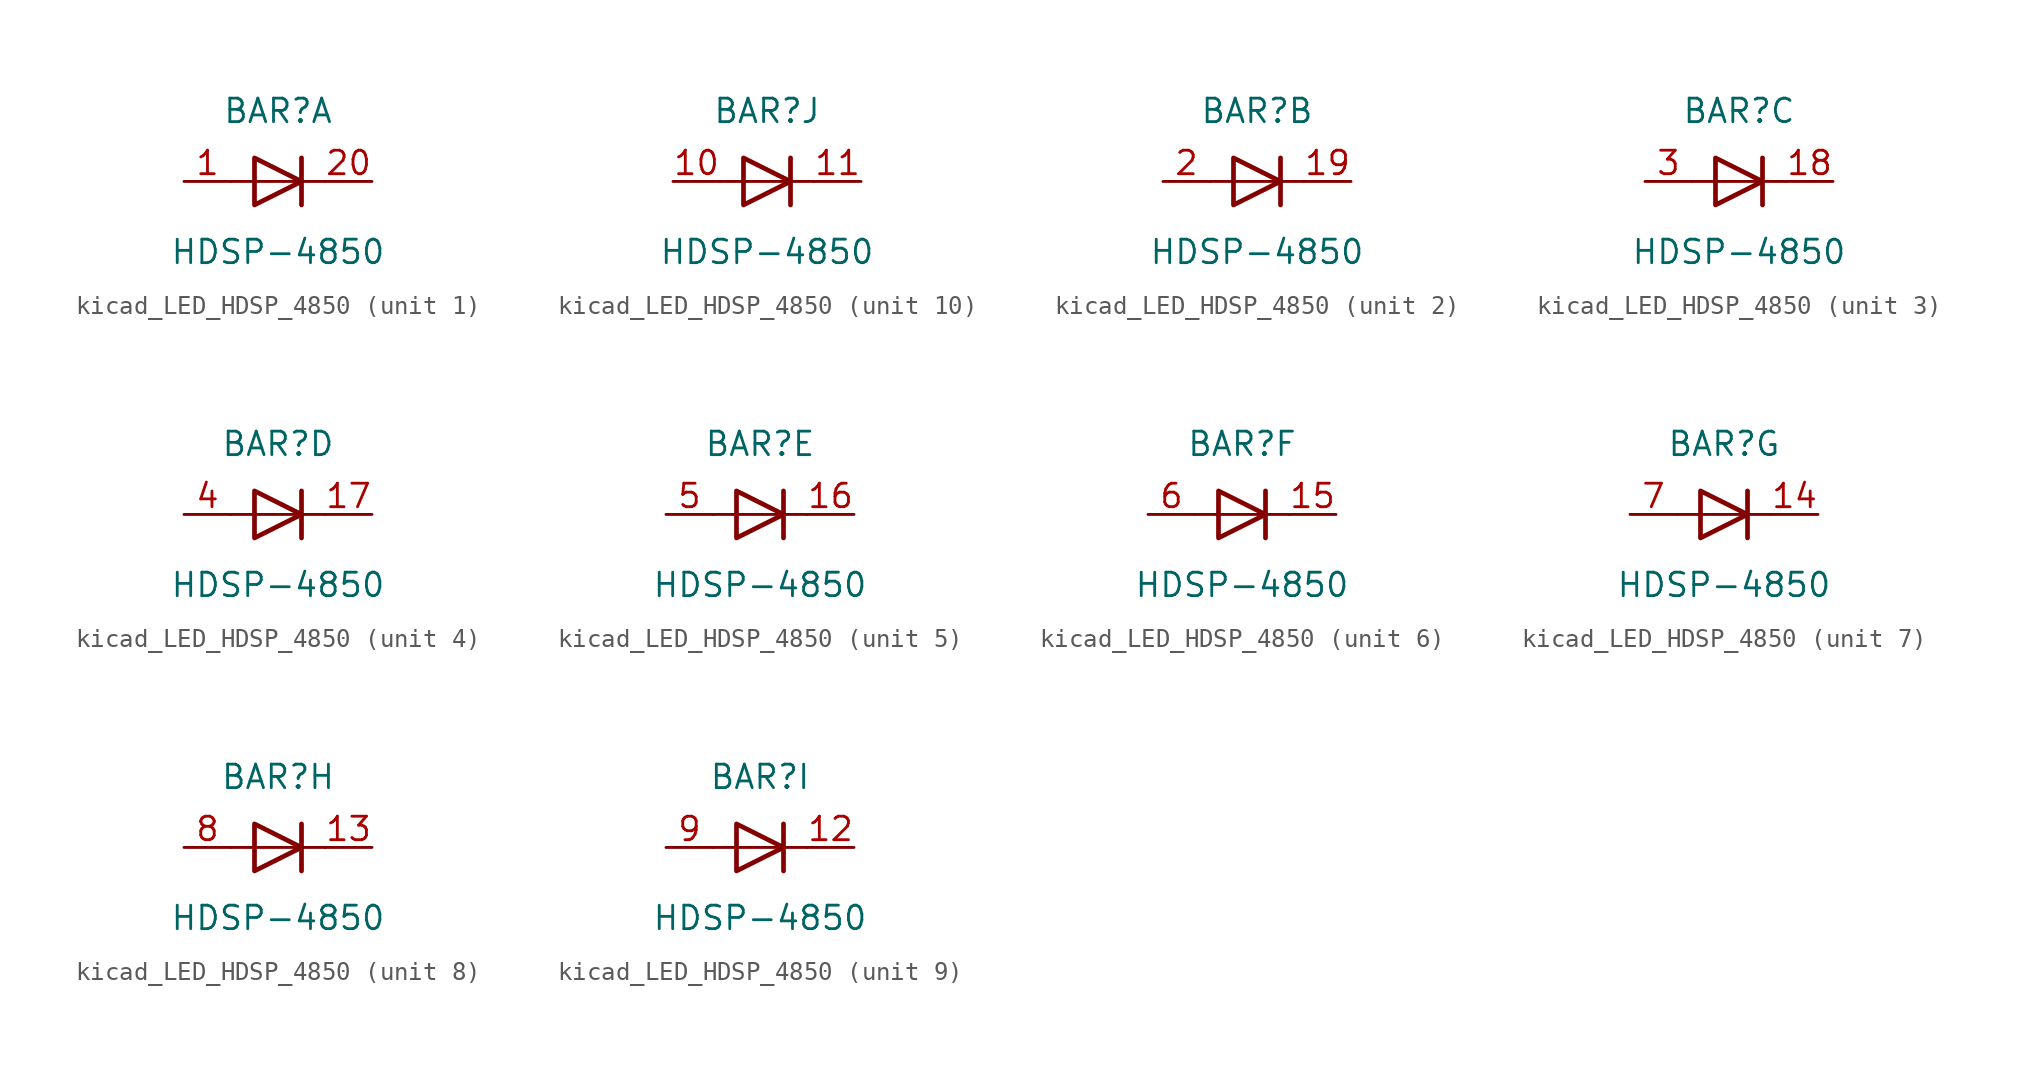
<source format=kicad_sym>
(kicad_symbol_lib
  (version 20220914)
  (generator kicad_symbol_editor)
  (symbol "kicad_LED_HDSP_4850"
    (pin_names
      (offset 1.016) hide)
    (property "Reference" "BAR"
      (at 0 3.81 0)
      (effects (font (size 1.27 1.27))))
    (property "Value" "HDSP-4850"
      (at 0 -3.81 0)
      (effects (font (size 1.27 1.27))))
    (symbol "kicad_LED_HDSP_4850_0_1"
      (polyline (pts (xy -2.54 0) (xy 2.54 0)) (stroke (width 0) (type default)) (fill (type none)))
      (polyline (pts (xy 1.27 -1.27) (xy 1.27 1.27)) (stroke (width 0.254) (type default)) (fill (type none)))
      (polyline (pts (xy -1.27 1.27) (xy -1.27 -1.27) (xy 1.27 0) (xy -1.27 1.27)) (stroke (width 0.254) (type default)) (fill (type none))))
    (symbol "kicad_LED_HDSP_4850_1_1"
      (pin passive line (at -5.08 0 0) (length 2.54) (name "A" (effects (font (size 1.27 1.27)))) (number "1" (effects (font (size 1.27 1.27)))))
      (pin passive line (at 5.08 0 180) (length 2.54) (name "K" (effects (font (size 1.27 1.27)))) (number "20" (effects (font (size 1.27 1.27))))))
    (symbol "kicad_LED_HDSP_4850_2_1"
      (pin passive line (at 5.08 0 180) (length 2.54) (name "K" (effects (font (size 1.27 1.27)))) (number "19" (effects (font (size 1.27 1.27)))))
      (pin passive line (at -5.08 0 0) (length 2.54) (name "A" (effects (font (size 1.27 1.27)))) (number "2" (effects (font (size 1.27 1.27))))))
    (symbol "kicad_LED_HDSP_4850_3_1"
      (pin passive line (at 5.08 0 180) (length 2.54) (name "K" (effects (font (size 1.27 1.27)))) (number "18" (effects (font (size 1.27 1.27)))))
      (pin passive line (at -5.08 0 0) (length 2.54) (name "A" (effects (font (size 1.27 1.27)))) (number "3" (effects (font (size 1.27 1.27))))))
    (symbol "kicad_LED_HDSP_4850_4_1"
      (pin passive line (at 5.08 0 180) (length 2.54) (name "K" (effects (font (size 1.27 1.27)))) (number "17" (effects (font (size 1.27 1.27)))))
      (pin passive line (at -5.08 0 0) (length 2.54) (name "A" (effects (font (size 1.27 1.27)))) (number "4" (effects (font (size 1.27 1.27))))))
    (symbol "kicad_LED_HDSP_4850_5_1"
      (pin passive line (at 5.08 0 180) (length 2.54) (name "K" (effects (font (size 1.27 1.27)))) (number "16" (effects (font (size 1.27 1.27)))))
      (pin passive line (at -5.08 0 0) (length 2.54) (name "A" (effects (font (size 1.27 1.27)))) (number "5" (effects (font (size 1.27 1.27))))))
    (symbol "kicad_LED_HDSP_4850_6_1"
      (pin passive line (at 5.08 0 180) (length 2.54) (name "K" (effects (font (size 1.27 1.27)))) (number "15" (effects (font (size 1.27 1.27)))))
      (pin passive line (at -5.08 0 0) (length 2.54) (name "A" (effects (font (size 1.27 1.27)))) (number "6" (effects (font (size 1.27 1.27))))))
    (symbol "kicad_LED_HDSP_4850_7_1"
      (pin passive line (at 5.08 0 180) (length 2.54) (name "K" (effects (font (size 1.27 1.27)))) (number "14" (effects (font (size 1.27 1.27)))))
      (pin passive line (at -5.08 0 0) (length 2.54) (name "A" (effects (font (size 1.27 1.27)))) (number "7" (effects (font (size 1.27 1.27))))))
    (symbol "kicad_LED_HDSP_4850_8_1"
      (pin passive line (at 5.08 0 180) (length 2.54) (name "K" (effects (font (size 1.27 1.27)))) (number "13" (effects (font (size 1.27 1.27)))))
      (pin passive line (at -5.08 0 0) (length 2.54) (name "A" (effects (font (size 1.27 1.27)))) (number "8" (effects (font (size 1.27 1.27))))))
    (symbol "kicad_LED_HDSP_4850_9_1"
      (pin passive line (at 5.08 0 180) (length 2.54) (name "K" (effects (font (size 1.27 1.27)))) (number "12" (effects (font (size 1.27 1.27)))))
      (pin passive line (at -5.08 0 0) (length 2.54) (name "A" (effects (font (size 1.27 1.27)))) (number "9" (effects (font (size 1.27 1.27))))))
    (symbol "kicad_LED_HDSP_4850_10_1"
      (pin passive line (at -5.08 0 0) (length 2.54) (name "A" (effects (font (size 1.27 1.27)))) (number "10" (effects (font (size 1.27 1.27)))))
      (pin passive line (at 5.08 0 180) (length 2.54) (name "K" (effects (font (size 1.27 1.27)))) (number "11" (effects (font (size 1.27 1.27))))))))
</source>
